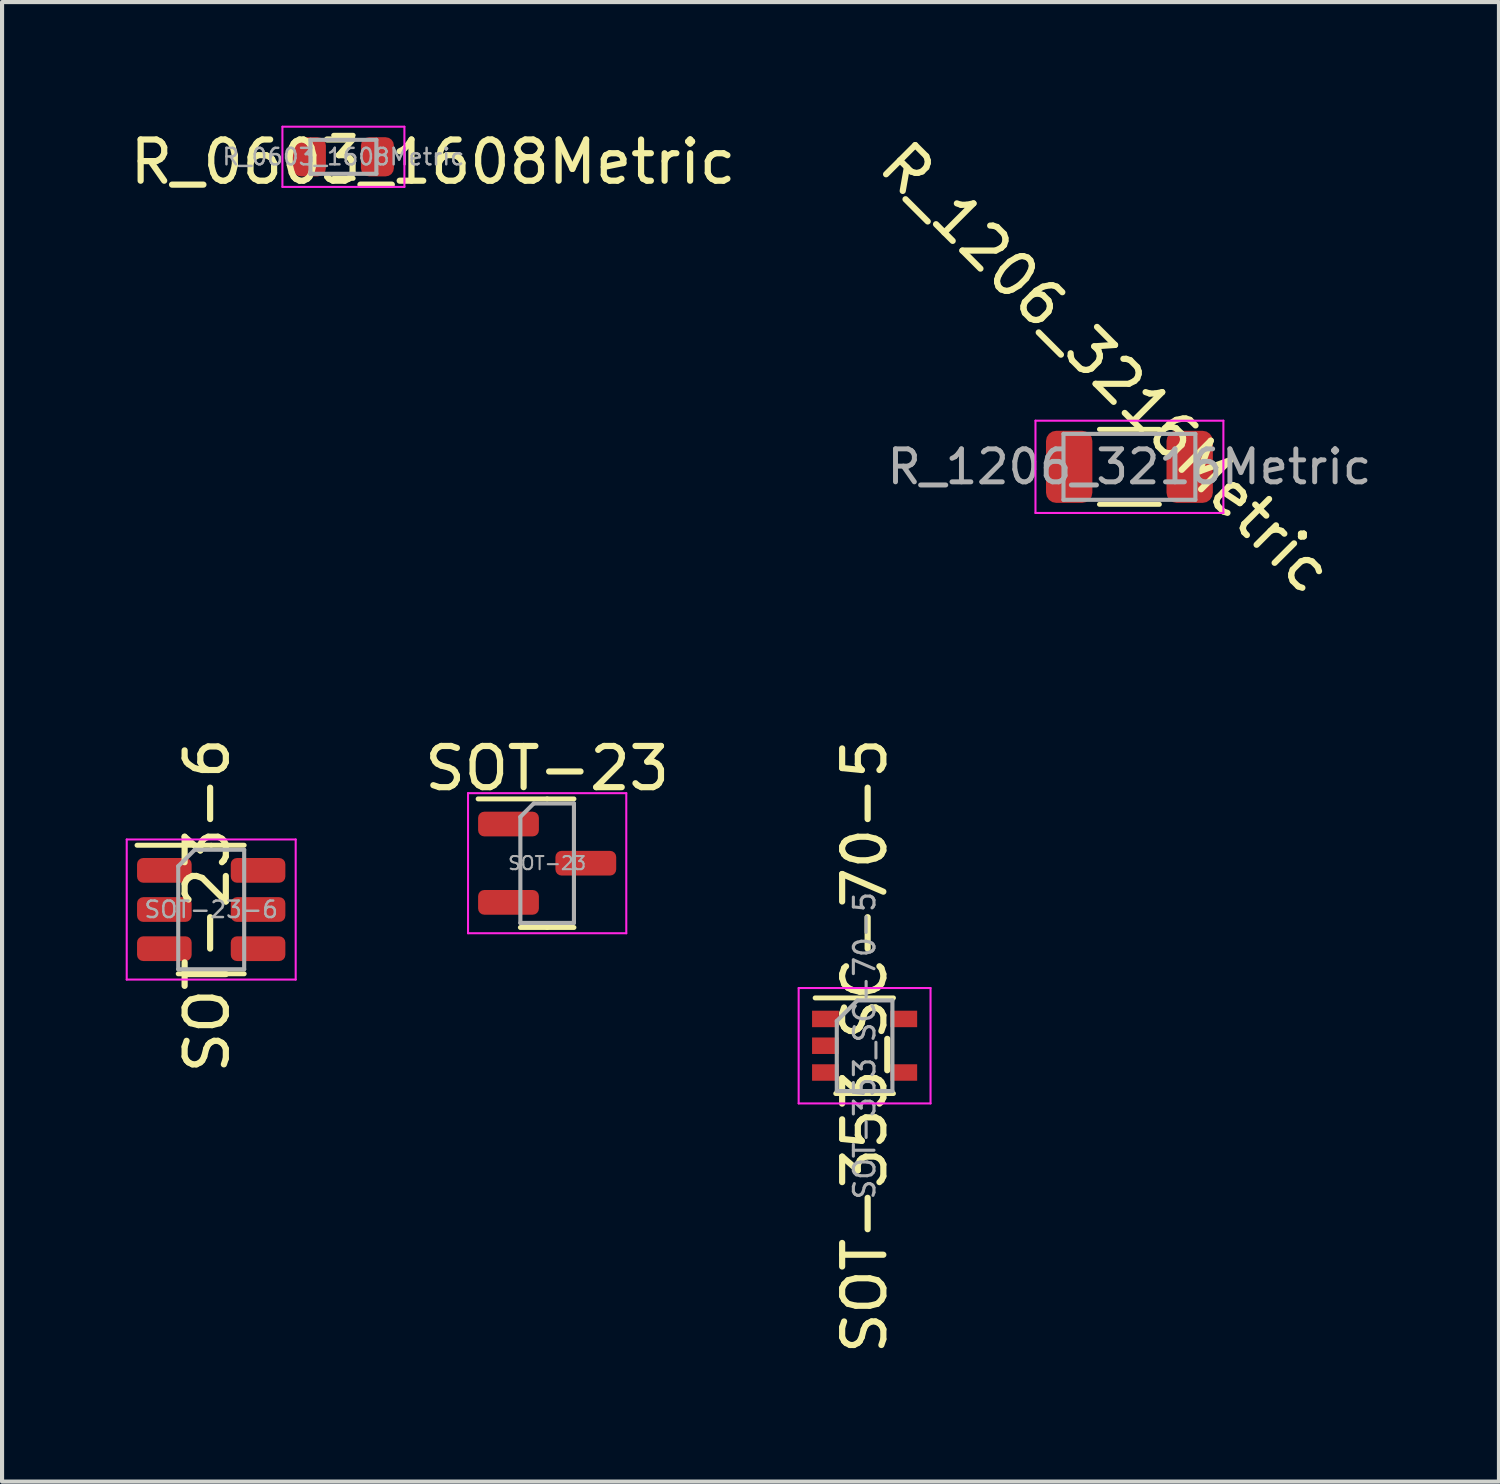
<source format=kicad_pcb>
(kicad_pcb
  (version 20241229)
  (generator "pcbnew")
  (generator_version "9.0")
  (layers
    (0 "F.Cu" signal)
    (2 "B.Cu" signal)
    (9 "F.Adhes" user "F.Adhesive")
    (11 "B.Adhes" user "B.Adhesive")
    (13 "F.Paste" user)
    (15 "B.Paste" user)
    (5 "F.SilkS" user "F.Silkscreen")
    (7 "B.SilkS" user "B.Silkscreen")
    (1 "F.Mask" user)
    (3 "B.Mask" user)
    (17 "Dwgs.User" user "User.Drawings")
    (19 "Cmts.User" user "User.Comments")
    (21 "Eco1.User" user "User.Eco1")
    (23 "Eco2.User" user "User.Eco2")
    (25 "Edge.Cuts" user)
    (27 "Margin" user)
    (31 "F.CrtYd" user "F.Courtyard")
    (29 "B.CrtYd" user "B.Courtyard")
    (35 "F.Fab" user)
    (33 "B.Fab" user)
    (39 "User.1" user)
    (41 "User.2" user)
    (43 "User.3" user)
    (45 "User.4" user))
  (footprint "R_0603_1608Metric"
    (layer "F.Cu")
    (at 5.283 0.755)
    (property "Reference" "R_0603_1608Metric" (at 2.175 0.125 0) (layer "F.SilkS") (effects (font (size 1 1) (thickness 0.15))))
    (attr smd)
    (fp_line (start -0.237 -0.522) (end 0.237 -0.522) (stroke (width 0.12) (type solid)) (layer "F.SilkS"))
    (fp_line (start -0.237 0.522) (end 0.237 0.522) (stroke (width 0.12) (type solid)) (layer "F.SilkS"))
    (fp_line (start -1.48 -0.73) (end 1.48 -0.73) (stroke (width 0.05) (type solid)) (layer "F.CrtYd"))
    (fp_line (start -1.48 0.73) (end -1.48 -0.73) (stroke (width 0.05) (type solid)) (layer "F.CrtYd"))
    (fp_line (start 1.48 -0.73) (end 1.48 0.73) (stroke (width 0.05) (type solid)) (layer "F.CrtYd"))
    (fp_line (start 1.48 0.73) (end -1.48 0.73) (stroke (width 0.05) (type solid)) (layer "F.CrtYd"))
    (fp_line (start -0.8 -0.412) (end 0.8 -0.412) (stroke (width 0.1) (type solid)) (layer "F.Fab"))
    (fp_line (start -0.8 0.412) (end -0.8 -0.412) (stroke (width 0.1) (type solid)) (layer "F.Fab"))
    (fp_line (start 0.8 -0.412) (end 0.8 0.412) (stroke (width 0.1) (type solid)) (layer "F.Fab"))
    (fp_line (start 0.8 0.412) (end -0.8 0.412) (stroke (width 0.1) (type solid)) (layer "F.Fab"))
    (fp_text user "${REFERENCE}" (at 0 0 0) (layer "F.Fab") (effects (font (size 0.4 0.4) (thickness 0.06))))
    (pad "1" smd roundrect (at -0.825 0 180) (size 0.8 0.95) (layers "F.Cu" "F.Mask" "F.Paste") (roundrect_rratio 0.25))
    (pad "2" smd roundrect (at 0.825 0 180) (size 0.8 0.95) (layers "F.Cu" "F.Mask" "F.Paste") (roundrect_rratio 0.25)))
  (footprint "SOT-23"
    (layer "F.Cu")
    (at 10.227 17.896)
    (property "Reference" "SOT-23" (at 0 -2.3 0) (layer "F.SilkS") (effects (font (size 1 1) (thickness 0.15))))
    (attr smd)
    (fp_line (start 0 -1.56) (end -1.675 -1.56) (stroke (width 0.12) (type solid)) (layer "F.SilkS"))
    (fp_line (start 0 -1.56) (end 0.65 -1.56) (stroke (width 0.12) (type solid)) (layer "F.SilkS"))
    (fp_line (start 0 1.56) (end -0.65 1.56) (stroke (width 0.12) (type solid)) (layer "F.SilkS"))
    (fp_line (start 0 1.56) (end 0.65 1.56) (stroke (width 0.12) (type solid)) (layer "F.SilkS"))
    (fp_line (start -1.92 -1.7) (end -1.92 1.7) (stroke (width 0.05) (type solid)) (layer "F.CrtYd"))
    (fp_line (start -1.92 1.7) (end 1.92 1.7) (stroke (width 0.05) (type solid)) (layer "F.CrtYd"))
    (fp_line (start 1.92 -1.7) (end -1.92 -1.7) (stroke (width 0.05) (type solid)) (layer "F.CrtYd"))
    (fp_line (start 1.92 1.7) (end 1.92 -1.7) (stroke (width 0.05) (type solid)) (layer "F.CrtYd"))
    (fp_line (start -0.65 -1.125) (end -0.325 -1.45) (stroke (width 0.1) (type solid)) (layer "F.Fab"))
    (fp_line (start -0.65 1.45) (end -0.65 -1.125) (stroke (width 0.1) (type solid)) (layer "F.Fab"))
    (fp_line (start -0.325 -1.45) (end 0.65 -1.45) (stroke (width 0.1) (type solid)) (layer "F.Fab"))
    (fp_line (start 0.65 -1.45) (end 0.65 1.45) (stroke (width 0.1) (type solid)) (layer "F.Fab"))
    (fp_line (start 0.65 1.45) (end -0.65 1.45) (stroke (width 0.1) (type solid)) (layer "F.Fab"))
    (fp_text user "${REFERENCE}" (at 0 0 0) (layer "F.Fab") (effects (font (size 0.32 0.32) (thickness 0.05))))
    (pad "1" smd roundrect (at -0.938 -0.95 180) (size 1.475 0.6) (layers "F.Cu" "F.Mask" "F.Paste") (roundrect_rratio 0.25))
    (pad "2" smd roundrect (at -0.938 0.95 180) (size 1.475 0.6) (layers "F.Cu" "F.Mask" "F.Paste") (roundrect_rratio 0.25))
    (pad "3" smd roundrect (at 0.938 0 180) (size 1.475 0.6) (layers "F.Cu" "F.Mask" "F.Paste") (roundrect_rratio 0.25)))
  (footprint "SOT-353_SC-70-5"
    (layer "F.Cu")
    (at 17.93 22.325)
    (property "Reference" "SOT-353_SC-70-5" (at 0 0 90) (layer "F.SilkS") (effects (font (size 1 1) (thickness 0.15))))
    (attr smd)
    (fp_line (start -0.7 1.16) (end 0.7 1.16) (stroke (width 0.12) (type solid)) (layer "F.SilkS"))
    (fp_line (start 0.7 -1.16) (end -1.2 -1.16) (stroke (width 0.12) (type solid)) (layer "F.SilkS"))
    (fp_line (start -1.6 -1.4) (end -1.6 1.4) (stroke (width 0.05) (type solid)) (layer "F.CrtYd"))
    (fp_line (start -1.6 -1.4) (end 1.6 -1.4) (stroke (width 0.05) (type solid)) (layer "F.CrtYd"))
    (fp_line (start -1.6 1.4) (end 1.6 1.4) (stroke (width 0.05) (type solid)) (layer "F.CrtYd"))
    (fp_line (start 1.6 1.4) (end 1.6 -1.4) (stroke (width 0.05) (type solid)) (layer "F.CrtYd"))
    (fp_line (start -0.675 -0.6) (end -0.675 1.1) (stroke (width 0.1) (type solid)) (layer "F.Fab"))
    (fp_line (start -0.175 -1.1) (end -0.675 -0.6) (stroke (width 0.1) (type solid)) (layer "F.Fab"))
    (fp_line (start 0.675 -1.1) (end -0.175 -1.1) (stroke (width 0.1) (type solid)) (layer "F.Fab"))
    (fp_line (start 0.675 -1.1) (end 0.675 1.1) (stroke (width 0.1) (type solid)) (layer "F.Fab"))
    (fp_line (start 0.675 1.1) (end -0.675 1.1) (stroke (width 0.1) (type solid)) (layer "F.Fab"))
    (fp_text user "${REFERENCE}" (at 0 0 90) (layer "F.Fab") (effects (font (size 0.5 0.5) (thickness 0.075))))
    (pad "1" smd rect (at -0.95 -0.65 180) (size 0.65 0.4) (layers "F.Cu" "F.Mask" "F.Paste"))
    (pad "2" smd rect (at -0.95 0 180) (size 0.65 0.4) (layers "F.Cu" "F.Mask" "F.Paste"))
    (pad "3" smd rect (at -0.95 0.65 180) (size 0.65 0.4) (layers "F.Cu" "F.Mask" "F.Paste"))
    (pad "4" smd rect (at 0.95 0.65 180) (size 0.65 0.4) (layers "F.Cu" "F.Mask" "F.Paste"))
    (pad "5" smd rect (at 0.95 -0.65 180) (size 0.65 0.4) (layers "F.Cu" "F.Mask" "F.Paste")))
  (footprint "R_1206_3216Metric"
    (layer "F.Cu")
    (at 24.356 8.278)
    (property "Reference" "R_1206_3216Metric" (at -0.566 -2.404 135) (layer "F.SilkS") (effects (font (size 1 1) (thickness 0.15))))
    (attr smd)
    (fp_line (start -0.727 -0.91) (end 0.727 -0.91) (stroke (width 0.12) (type solid)) (layer "F.SilkS"))
    (fp_line (start -0.727 0.91) (end 0.727 0.91) (stroke (width 0.12) (type solid)) (layer "F.SilkS"))
    (fp_line (start -2.28 -1.12) (end 2.28 -1.12) (stroke (width 0.05) (type solid)) (layer "F.CrtYd"))
    (fp_line (start -2.28 1.12) (end -2.28 -1.12) (stroke (width 0.05) (type solid)) (layer "F.CrtYd"))
    (fp_line (start 2.28 -1.12) (end 2.28 1.12) (stroke (width 0.05) (type solid)) (layer "F.CrtYd"))
    (fp_line (start 2.28 1.12) (end -2.28 1.12) (stroke (width 0.05) (type solid)) (layer "F.CrtYd"))
    (fp_line (start -1.6 -0.8) (end 1.6 -0.8) (stroke (width 0.1) (type solid)) (layer "F.Fab"))
    (fp_line (start -1.6 0.8) (end -1.6 -0.8) (stroke (width 0.1) (type solid)) (layer "F.Fab"))
    (fp_line (start 1.6 -0.8) (end 1.6 0.8) (stroke (width 0.1) (type solid)) (layer "F.Fab"))
    (fp_line (start 1.6 0.8) (end -1.6 0.8) (stroke (width 0.1) (type solid)) (layer "F.Fab"))
    (fp_text user "${REFERENCE}" (at 0 0 0) (layer "F.Fab") (effects (font (size 0.8 0.8) (thickness 0.12))))
    (pad "1" smd roundrect (at -1.462 0 180) (size 1.125 1.75) (layers "F.Cu" "F.Mask" "F.Paste") (roundrect_rratio 0.222))
    (pad "2" smd roundrect (at 1.462 0 180) (size 1.125 1.75) (layers "F.Cu" "F.Mask" "F.Paste") (roundrect_rratio 0.222)))
  (footprint "SOT-23-6"
    (layer "F.Cu")
    (at 2.075 19.02)
    (property "Reference" "SOT-23-6" (at -0.1 -0.1 90) (layer "F.SilkS") (effects (font (size 1 1) (thickness 0.15))))
    (attr smd)
    (fp_line (start 0 -1.56) (end -1.8 -1.56) (stroke (width 0.12) (type solid)) (layer "F.SilkS"))
    (fp_line (start 0 -1.56) (end 0.8 -1.56) (stroke (width 0.12) (type solid)) (layer "F.SilkS"))
    (fp_line (start 0 1.56) (end -0.8 1.56) (stroke (width 0.12) (type solid)) (layer "F.SilkS"))
    (fp_line (start 0 1.56) (end 0.8 1.56) (stroke (width 0.12) (type solid)) (layer "F.SilkS"))
    (fp_line (start -2.05 -1.7) (end -2.05 1.7) (stroke (width 0.05) (type solid)) (layer "F.CrtYd"))
    (fp_line (start -2.05 1.7) (end 2.05 1.7) (stroke (width 0.05) (type solid)) (layer "F.CrtYd"))
    (fp_line (start 2.05 -1.7) (end -2.05 -1.7) (stroke (width 0.05) (type solid)) (layer "F.CrtYd"))
    (fp_line (start 2.05 1.7) (end 2.05 -1.7) (stroke (width 0.05) (type solid)) (layer "F.CrtYd"))
    (fp_line (start -0.8 -1.05) (end -0.4 -1.45) (stroke (width 0.1) (type solid)) (layer "F.Fab"))
    (fp_line (start -0.8 1.45) (end -0.8 -1.05) (stroke (width 0.1) (type solid)) (layer "F.Fab"))
    (fp_line (start -0.4 -1.45) (end 0.8 -1.45) (stroke (width 0.1) (type solid)) (layer "F.Fab"))
    (fp_line (start 0.8 -1.45) (end 0.8 1.45) (stroke (width 0.1) (type solid)) (layer "F.Fab"))
    (fp_line (start 0.8 1.45) (end -0.8 1.45) (stroke (width 0.1) (type solid)) (layer "F.Fab"))
    (fp_text user "${REFERENCE}" (at 0 0 0) (layer "F.Fab") (effects (font (size 0.4 0.4) (thickness 0.06))))
    (pad "1" smd roundrect (at -1.137 -0.95) (size 1.325 0.6) (layers "F.Cu" "F.Mask" "F.Paste") (roundrect_rratio 0.25))
    (pad "2" smd roundrect (at -1.137 0) (size 1.325 0.6) (layers "F.Cu" "F.Mask" "F.Paste") (roundrect_rratio 0.25))
    (pad "3" smd roundrect (at -1.137 0.95) (size 1.325 0.6) (layers "F.Cu" "F.Mask" "F.Paste") (roundrect_rratio 0.25))
    (pad "4" smd roundrect (at 1.137 0.95) (size 1.325 0.6) (layers "F.Cu" "F.Mask" "F.Paste") (roundrect_rratio 0.25))
    (pad "5" smd roundrect (at 1.137 0) (size 1.325 0.6) (layers "F.Cu" "F.Mask" "F.Paste") (roundrect_rratio 0.25))
    (pad "6" smd roundrect (at 1.137 -0.95) (size 1.325 0.6) (layers "F.Cu" "F.Mask" "F.Paste") (roundrect_rratio 0.25)))
  (gr_rect
    (start -3 -3)
    (end 33.323 32.902)
    (stroke (width 0.1) (type default))
    (fill no)
    (layer "Edge.Cuts")))
</source>
